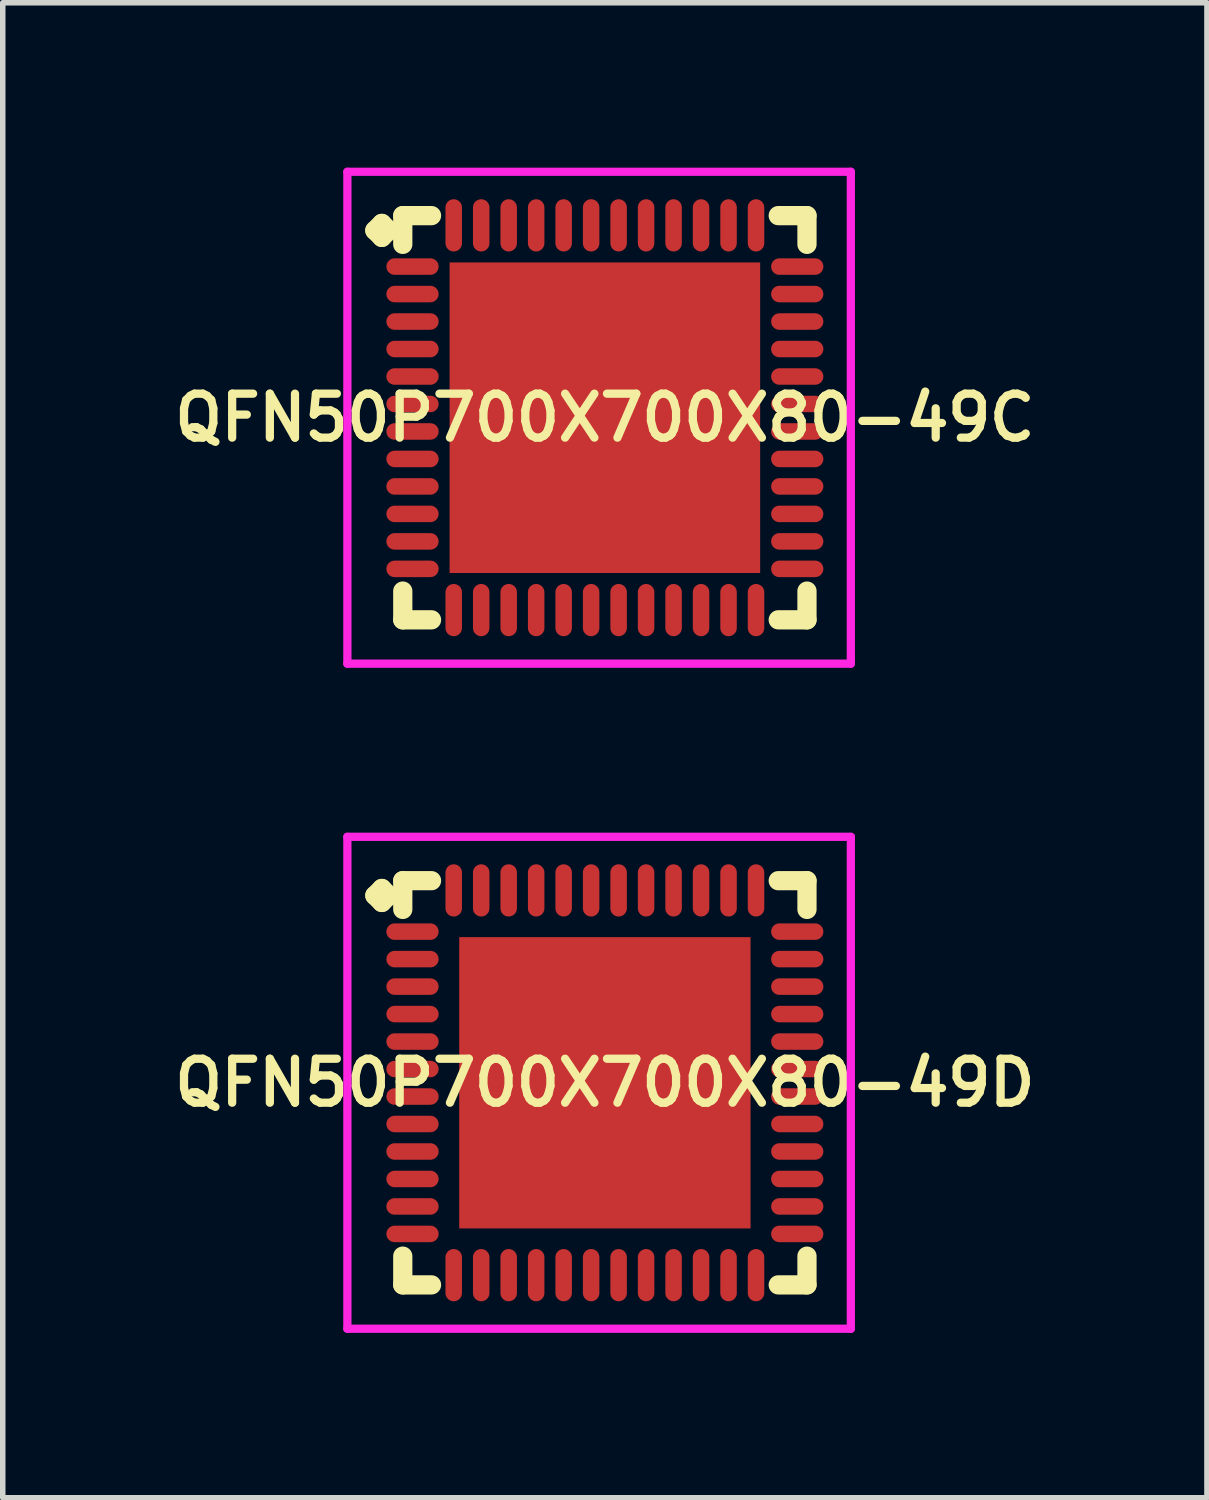
<source format=kicad_pcb>
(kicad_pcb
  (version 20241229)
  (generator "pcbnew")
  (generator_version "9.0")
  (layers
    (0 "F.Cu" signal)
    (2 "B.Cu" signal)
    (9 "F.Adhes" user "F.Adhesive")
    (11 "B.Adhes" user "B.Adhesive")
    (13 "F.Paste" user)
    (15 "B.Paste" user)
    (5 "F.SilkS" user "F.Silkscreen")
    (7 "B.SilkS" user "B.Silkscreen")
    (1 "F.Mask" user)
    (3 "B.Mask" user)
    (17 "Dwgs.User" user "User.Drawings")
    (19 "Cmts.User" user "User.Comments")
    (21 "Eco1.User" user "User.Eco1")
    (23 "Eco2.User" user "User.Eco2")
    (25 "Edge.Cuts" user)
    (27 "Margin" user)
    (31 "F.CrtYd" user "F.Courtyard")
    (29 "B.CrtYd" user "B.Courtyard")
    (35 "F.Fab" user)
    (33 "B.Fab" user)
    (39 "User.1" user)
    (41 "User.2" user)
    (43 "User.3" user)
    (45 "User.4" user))
  (footprint "QFN50P700X700X80-49C"
    (layer "F.Cu")
    (at 7.955 4.55)
    (property "Reference" "QFN50P700X700X80-49C" (at 0 0 0) (layer "F.SilkS") (effects (font (size 0.8 0.8) (thickness 0.15))))
    (attr smd)
    (fp_line (start -4.185 -3.408) (end -4.058 -3.535) (stroke (width 0.35) (type solid)) (layer "F.SilkS"))
    (fp_line (start -4.058 -3.535) (end -3.931 -3.408) (stroke (width 0.35) (type solid)) (layer "F.SilkS"))
    (fp_line (start -4.058 -3.281) (end -4.185 -3.408) (stroke (width 0.35) (type solid)) (layer "F.SilkS"))
    (fp_line (start -3.931 -3.408) (end -4.058 -3.281) (stroke (width 0.35) (type solid)) (layer "F.SilkS"))
    (fp_line (start -3.677 -3.677) (end -3.154 -3.677) (stroke (width 0.35) (type solid)) (layer "F.SilkS"))
    (fp_line (start -3.677 -3.154) (end -3.677 -3.677) (stroke (width 0.35) (type solid)) (layer "F.SilkS"))
    (fp_line (start -3.677 3.154) (end -3.677 3.677) (stroke (width 0.35) (type solid)) (layer "F.SilkS"))
    (fp_line (start -3.677 3.677) (end -3.154 3.677) (stroke (width 0.35) (type solid)) (layer "F.SilkS"))
    (fp_line (start 3.154 -3.677) (end 3.677 -3.677) (stroke (width 0.35) (type solid)) (layer "F.SilkS"))
    (fp_line (start 3.154 3.677) (end 3.677 3.677) (stroke (width 0.35) (type solid)) (layer "F.SilkS"))
    (fp_line (start 3.677 -3.677) (end 3.677 -3.154) (stroke (width 0.35) (type solid)) (layer "F.SilkS"))
    (fp_line (start 3.677 3.677) (end 3.677 3.154) (stroke (width 0.35) (type solid)) (layer "F.SilkS"))
    (fp_line (start -4.685 -4.475) (end 4.475 -4.475) (stroke (width 0.15) (type solid)) (layer "F.CrtYd"))
    (fp_line (start -4.685 4.475) (end -4.685 -4.475) (stroke (width 0.15) (type solid)) (layer "F.CrtYd"))
    (fp_line (start 4.475 -4.475) (end 4.475 4.475) (stroke (width 0.15) (type solid)) (layer "F.CrtYd"))
    (fp_line (start 4.475 4.475) (end -4.685 4.475) (stroke (width 0.15) (type solid)) (layer "F.CrtYd"))
    (pad "1" smd oval (at -3.5 -2.75) (size 0.95 0.3) (layers "F.Cu" "F.Mask" "F.Paste"))
    (pad "2" smd oval (at -3.5 -2.25) (size 0.95 0.3) (layers "F.Cu" "F.Mask" "F.Paste"))
    (pad "3" smd oval (at -3.5 -1.75) (size 0.95 0.3) (layers "F.Cu" "F.Mask" "F.Paste"))
    (pad "4" smd oval (at -3.5 -1.25) (size 0.95 0.3) (layers "F.Cu" "F.Mask" "F.Paste"))
    (pad "5" smd oval (at -3.5 -0.75) (size 0.95 0.3) (layers "F.Cu" "F.Mask" "F.Paste"))
    (pad "6" smd oval (at -3.5 -0.25) (size 0.95 0.3) (layers "F.Cu" "F.Mask" "F.Paste"))
    (pad "7" smd oval (at -3.5 0.25) (size 0.95 0.3) (layers "F.Cu" "F.Mask" "F.Paste"))
    (pad "8" smd oval (at -3.5 0.75) (size 0.95 0.3) (layers "F.Cu" "F.Mask" "F.Paste"))
    (pad "9" smd oval (at -3.5 1.25) (size 0.95 0.3) (layers "F.Cu" "F.Mask" "F.Paste"))
    (pad "10" smd oval (at -3.5 1.75) (size 0.95 0.3) (layers "F.Cu" "F.Mask" "F.Paste"))
    (pad "11" smd oval (at -3.5 2.25) (size 0.95 0.3) (layers "F.Cu" "F.Mask" "F.Paste"))
    (pad "12" smd oval (at -3.5 2.75) (size 0.95 0.3) (layers "F.Cu" "F.Mask" "F.Paste"))
    (pad "13" smd oval (at -2.75 3.5) (size 0.3 0.95) (layers "F.Cu" "F.Mask" "F.Paste"))
    (pad "14" smd oval (at -2.25 3.5) (size 0.3 0.95) (layers "F.Cu" "F.Mask" "F.Paste"))
    (pad "15" smd oval (at -1.75 3.5) (size 0.3 0.95) (layers "F.Cu" "F.Mask" "F.Paste"))
    (pad "16" smd oval (at -1.25 3.5) (size 0.3 0.95) (layers "F.Cu" "F.Mask" "F.Paste"))
    (pad "17" smd oval (at -0.75 3.5) (size 0.3 0.95) (layers "F.Cu" "F.Mask" "F.Paste"))
    (pad "18" smd oval (at -0.25 3.5) (size 0.3 0.95) (layers "F.Cu" "F.Mask" "F.Paste"))
    (pad "19" smd oval (at 0.25 3.5) (size 0.3 0.95) (layers "F.Cu" "F.Mask" "F.Paste"))
    (pad "20" smd oval (at 0.75 3.5) (size 0.3 0.95) (layers "F.Cu" "F.Mask" "F.Paste"))
    (pad "21" smd oval (at 1.25 3.5) (size 0.3 0.95) (layers "F.Cu" "F.Mask" "F.Paste"))
    (pad "22" smd oval (at 1.75 3.5) (size 0.3 0.95) (layers "F.Cu" "F.Mask" "F.Paste"))
    (pad "23" smd oval (at 2.25 3.5) (size 0.3 0.95) (layers "F.Cu" "F.Mask" "F.Paste"))
    (pad "24" smd oval (at 2.75 3.5) (size 0.3 0.95) (layers "F.Cu" "F.Mask" "F.Paste"))
    (pad "25" smd oval (at 3.5 2.75) (size 0.95 0.3) (layers "F.Cu" "F.Mask" "F.Paste"))
    (pad "26" smd oval (at 3.5 2.25) (size 0.95 0.3) (layers "F.Cu" "F.Mask" "F.Paste"))
    (pad "27" smd oval (at 3.5 1.75) (size 0.95 0.3) (layers "F.Cu" "F.Mask" "F.Paste"))
    (pad "28" smd oval (at 3.5 1.25) (size 0.95 0.3) (layers "F.Cu" "F.Mask" "F.Paste"))
    (pad "29" smd oval (at 3.5 0.75) (size 0.95 0.3) (layers "F.Cu" "F.Mask" "F.Paste"))
    (pad "30" smd oval (at 3.5 0.25) (size 0.95 0.3) (layers "F.Cu" "F.Mask" "F.Paste"))
    (pad "31" smd oval (at 3.5 -0.25) (size 0.95 0.3) (layers "F.Cu" "F.Mask" "F.Paste"))
    (pad "32" smd oval (at 3.5 -0.75) (size 0.95 0.3) (layers "F.Cu" "F.Mask" "F.Paste"))
    (pad "33" smd oval (at 3.5 -1.25) (size 0.95 0.3) (layers "F.Cu" "F.Mask" "F.Paste"))
    (pad "34" smd oval (at 3.5 -1.75) (size 0.95 0.3) (layers "F.Cu" "F.Mask" "F.Paste"))
    (pad "35" smd oval (at 3.5 -2.25) (size 0.95 0.3) (layers "F.Cu" "F.Mask" "F.Paste"))
    (pad "36" smd oval (at 3.5 -2.75) (size 0.95 0.3) (layers "F.Cu" "F.Mask" "F.Paste"))
    (pad "37" smd oval (at 2.75 -3.5) (size 0.3 0.95) (layers "F.Cu" "F.Mask" "F.Paste"))
    (pad "38" smd oval (at 2.25 -3.5) (size 0.3 0.95) (layers "F.Cu" "F.Mask" "F.Paste"))
    (pad "39" smd oval (at 1.75 -3.5) (size 0.3 0.95) (layers "F.Cu" "F.Mask" "F.Paste"))
    (pad "40" smd oval (at 1.25 -3.5) (size 0.3 0.95) (layers "F.Cu" "F.Mask" "F.Paste"))
    (pad "41" smd oval (at 0.75 -3.5) (size 0.3 0.95) (layers "F.Cu" "F.Mask" "F.Paste"))
    (pad "42" smd oval (at 0.25 -3.5) (size 0.3 0.95) (layers "F.Cu" "F.Mask" "F.Paste"))
    (pad "43" smd oval (at -0.25 -3.5) (size 0.3 0.95) (layers "F.Cu" "F.Mask" "F.Paste"))
    (pad "44" smd oval (at -0.75 -3.5) (size 0.3 0.95) (layers "F.Cu" "F.Mask" "F.Paste"))
    (pad "45" smd oval (at -1.25 -3.5) (size 0.3 0.95) (layers "F.Cu" "F.Mask" "F.Paste"))
    (pad "46" smd oval (at -1.75 -3.5) (size 0.3 0.95) (layers "F.Cu" "F.Mask" "F.Paste"))
    (pad "47" smd oval (at -2.25 -3.5) (size 0.3 0.95) (layers "F.Cu" "F.Mask" "F.Paste"))
    (pad "48" smd oval (at -2.75 -3.5) (size 0.3 0.95) (layers "F.Cu" "F.Mask" "F.Paste"))
    (pad "49" smd rect (at 0 0) (size 5.65 5.65) (layers "F.Cu" "F.Mask" "F.Paste")))
  (footprint "QFN50P700X700X80-49D"
    (layer "F.Cu")
    (at 7.955 16.65)
    (property "Reference" "QFN50P700X700X80-49D" (at 0 0 0) (layer "F.SilkS") (effects (font (size 0.8 0.8) (thickness 0.15))))
    (attr smd)
    (fp_line (start -4.185 -3.408) (end -4.058 -3.535) (stroke (width 0.35) (type solid)) (layer "F.SilkS"))
    (fp_line (start -4.058 -3.535) (end -3.931 -3.408) (stroke (width 0.35) (type solid)) (layer "F.SilkS"))
    (fp_line (start -4.058 -3.281) (end -4.185 -3.408) (stroke (width 0.35) (type solid)) (layer "F.SilkS"))
    (fp_line (start -3.931 -3.408) (end -4.058 -3.281) (stroke (width 0.35) (type solid)) (layer "F.SilkS"))
    (fp_line (start -3.677 -3.677) (end -3.154 -3.677) (stroke (width 0.35) (type solid)) (layer "F.SilkS"))
    (fp_line (start -3.677 -3.154) (end -3.677 -3.677) (stroke (width 0.35) (type solid)) (layer "F.SilkS"))
    (fp_line (start -3.677 3.154) (end -3.677 3.677) (stroke (width 0.35) (type solid)) (layer "F.SilkS"))
    (fp_line (start -3.677 3.677) (end -3.154 3.677) (stroke (width 0.35) (type solid)) (layer "F.SilkS"))
    (fp_line (start 3.154 -3.677) (end 3.677 -3.677) (stroke (width 0.35) (type solid)) (layer "F.SilkS"))
    (fp_line (start 3.154 3.677) (end 3.677 3.677) (stroke (width 0.35) (type solid)) (layer "F.SilkS"))
    (fp_line (start 3.677 -3.677) (end 3.677 -3.154) (stroke (width 0.35) (type solid)) (layer "F.SilkS"))
    (fp_line (start 3.677 3.677) (end 3.677 3.154) (stroke (width 0.35) (type solid)) (layer "F.SilkS"))
    (fp_line (start -4.685 -4.475) (end 4.475 -4.475) (stroke (width 0.15) (type solid)) (layer "F.CrtYd"))
    (fp_line (start -4.685 4.475) (end -4.685 -4.475) (stroke (width 0.15) (type solid)) (layer "F.CrtYd"))
    (fp_line (start 4.475 -4.475) (end 4.475 4.475) (stroke (width 0.15) (type solid)) (layer "F.CrtYd"))
    (fp_line (start 4.475 4.475) (end -4.685 4.475) (stroke (width 0.15) (type solid)) (layer "F.CrtYd"))
    (pad "1" smd oval (at -3.5 -2.75) (size 0.95 0.3) (layers "F.Cu" "F.Mask" "F.Paste"))
    (pad "2" smd oval (at -3.5 -2.25) (size 0.95 0.3) (layers "F.Cu" "F.Mask" "F.Paste"))
    (pad "3" smd oval (at -3.5 -1.75) (size 0.95 0.3) (layers "F.Cu" "F.Mask" "F.Paste"))
    (pad "4" smd oval (at -3.5 -1.25) (size 0.95 0.3) (layers "F.Cu" "F.Mask" "F.Paste"))
    (pad "5" smd oval (at -3.5 -0.75) (size 0.95 0.3) (layers "F.Cu" "F.Mask" "F.Paste"))
    (pad "6" smd oval (at -3.5 -0.25) (size 0.95 0.3) (layers "F.Cu" "F.Mask" "F.Paste"))
    (pad "7" smd oval (at -3.5 0.25) (size 0.95 0.3) (layers "F.Cu" "F.Mask" "F.Paste"))
    (pad "8" smd oval (at -3.5 0.75) (size 0.95 0.3) (layers "F.Cu" "F.Mask" "F.Paste"))
    (pad "9" smd oval (at -3.5 1.25) (size 0.95 0.3) (layers "F.Cu" "F.Mask" "F.Paste"))
    (pad "10" smd oval (at -3.5 1.75) (size 0.95 0.3) (layers "F.Cu" "F.Mask" "F.Paste"))
    (pad "11" smd oval (at -3.5 2.25) (size 0.95 0.3) (layers "F.Cu" "F.Mask" "F.Paste"))
    (pad "12" smd oval (at -3.5 2.75) (size 0.95 0.3) (layers "F.Cu" "F.Mask" "F.Paste"))
    (pad "13" smd oval (at -2.75 3.5) (size 0.3 0.95) (layers "F.Cu" "F.Mask" "F.Paste"))
    (pad "14" smd oval (at -2.25 3.5) (size 0.3 0.95) (layers "F.Cu" "F.Mask" "F.Paste"))
    (pad "15" smd oval (at -1.75 3.5) (size 0.3 0.95) (layers "F.Cu" "F.Mask" "F.Paste"))
    (pad "16" smd oval (at -1.25 3.5) (size 0.3 0.95) (layers "F.Cu" "F.Mask" "F.Paste"))
    (pad "17" smd oval (at -0.75 3.5) (size 0.3 0.95) (layers "F.Cu" "F.Mask" "F.Paste"))
    (pad "18" smd oval (at -0.25 3.5) (size 0.3 0.95) (layers "F.Cu" "F.Mask" "F.Paste"))
    (pad "19" smd oval (at 0.25 3.5) (size 0.3 0.95) (layers "F.Cu" "F.Mask" "F.Paste"))
    (pad "20" smd oval (at 0.75 3.5) (size 0.3 0.95) (layers "F.Cu" "F.Mask" "F.Paste"))
    (pad "21" smd oval (at 1.25 3.5) (size 0.3 0.95) (layers "F.Cu" "F.Mask" "F.Paste"))
    (pad "22" smd oval (at 1.75 3.5) (size 0.3 0.95) (layers "F.Cu" "F.Mask" "F.Paste"))
    (pad "23" smd oval (at 2.25 3.5) (size 0.3 0.95) (layers "F.Cu" "F.Mask" "F.Paste"))
    (pad "24" smd oval (at 2.75 3.5) (size 0.3 0.95) (layers "F.Cu" "F.Mask" "F.Paste"))
    (pad "25" smd oval (at 3.5 2.75) (size 0.95 0.3) (layers "F.Cu" "F.Mask" "F.Paste"))
    (pad "26" smd oval (at 3.5 2.25) (size 0.95 0.3) (layers "F.Cu" "F.Mask" "F.Paste"))
    (pad "27" smd oval (at 3.5 1.75) (size 0.95 0.3) (layers "F.Cu" "F.Mask" "F.Paste"))
    (pad "28" smd oval (at 3.5 1.25) (size 0.95 0.3) (layers "F.Cu" "F.Mask" "F.Paste"))
    (pad "29" smd oval (at 3.5 0.75) (size 0.95 0.3) (layers "F.Cu" "F.Mask" "F.Paste"))
    (pad "30" smd oval (at 3.5 0.25) (size 0.95 0.3) (layers "F.Cu" "F.Mask" "F.Paste"))
    (pad "31" smd oval (at 3.5 -0.25) (size 0.95 0.3) (layers "F.Cu" "F.Mask" "F.Paste"))
    (pad "32" smd oval (at 3.5 -0.75) (size 0.95 0.3) (layers "F.Cu" "F.Mask" "F.Paste"))
    (pad "33" smd oval (at 3.5 -1.25) (size 0.95 0.3) (layers "F.Cu" "F.Mask" "F.Paste"))
    (pad "34" smd oval (at 3.5 -1.75) (size 0.95 0.3) (layers "F.Cu" "F.Mask" "F.Paste"))
    (pad "35" smd oval (at 3.5 -2.25) (size 0.95 0.3) (layers "F.Cu" "F.Mask" "F.Paste"))
    (pad "36" smd oval (at 3.5 -2.75) (size 0.95 0.3) (layers "F.Cu" "F.Mask" "F.Paste"))
    (pad "37" smd oval (at 2.75 -3.5) (size 0.3 0.95) (layers "F.Cu" "F.Mask" "F.Paste"))
    (pad "38" smd oval (at 2.25 -3.5) (size 0.3 0.95) (layers "F.Cu" "F.Mask" "F.Paste"))
    (pad "39" smd oval (at 1.75 -3.5) (size 0.3 0.95) (layers "F.Cu" "F.Mask" "F.Paste"))
    (pad "40" smd oval (at 1.25 -3.5) (size 0.3 0.95) (layers "F.Cu" "F.Mask" "F.Paste"))
    (pad "41" smd oval (at 0.75 -3.5) (size 0.3 0.95) (layers "F.Cu" "F.Mask" "F.Paste"))
    (pad "42" smd oval (at 0.25 -3.5) (size 0.3 0.95) (layers "F.Cu" "F.Mask" "F.Paste"))
    (pad "43" smd oval (at -0.25 -3.5) (size 0.3 0.95) (layers "F.Cu" "F.Mask" "F.Paste"))
    (pad "44" smd oval (at -0.75 -3.5) (size 0.3 0.95) (layers "F.Cu" "F.Mask" "F.Paste"))
    (pad "45" smd oval (at -1.25 -3.5) (size 0.3 0.95) (layers "F.Cu" "F.Mask" "F.Paste"))
    (pad "46" smd oval (at -1.75 -3.5) (size 0.3 0.95) (layers "F.Cu" "F.Mask" "F.Paste"))
    (pad "47" smd oval (at -2.25 -3.5) (size 0.3 0.95) (layers "F.Cu" "F.Mask" "F.Paste"))
    (pad "48" smd oval (at -2.75 -3.5) (size 0.3 0.95) (layers "F.Cu" "F.Mask" "F.Paste"))
    (pad "49" smd rect (at 0 0) (size 5.3 5.3) (layers "F.Cu" "F.Mask" "F.Paste")))
  (gr_rect
    (start -3 -3)
    (end 18.909 24.2)
    (stroke (width 0.1) (type default))
    (fill no)
    (layer "Edge.Cuts")))
</source>
